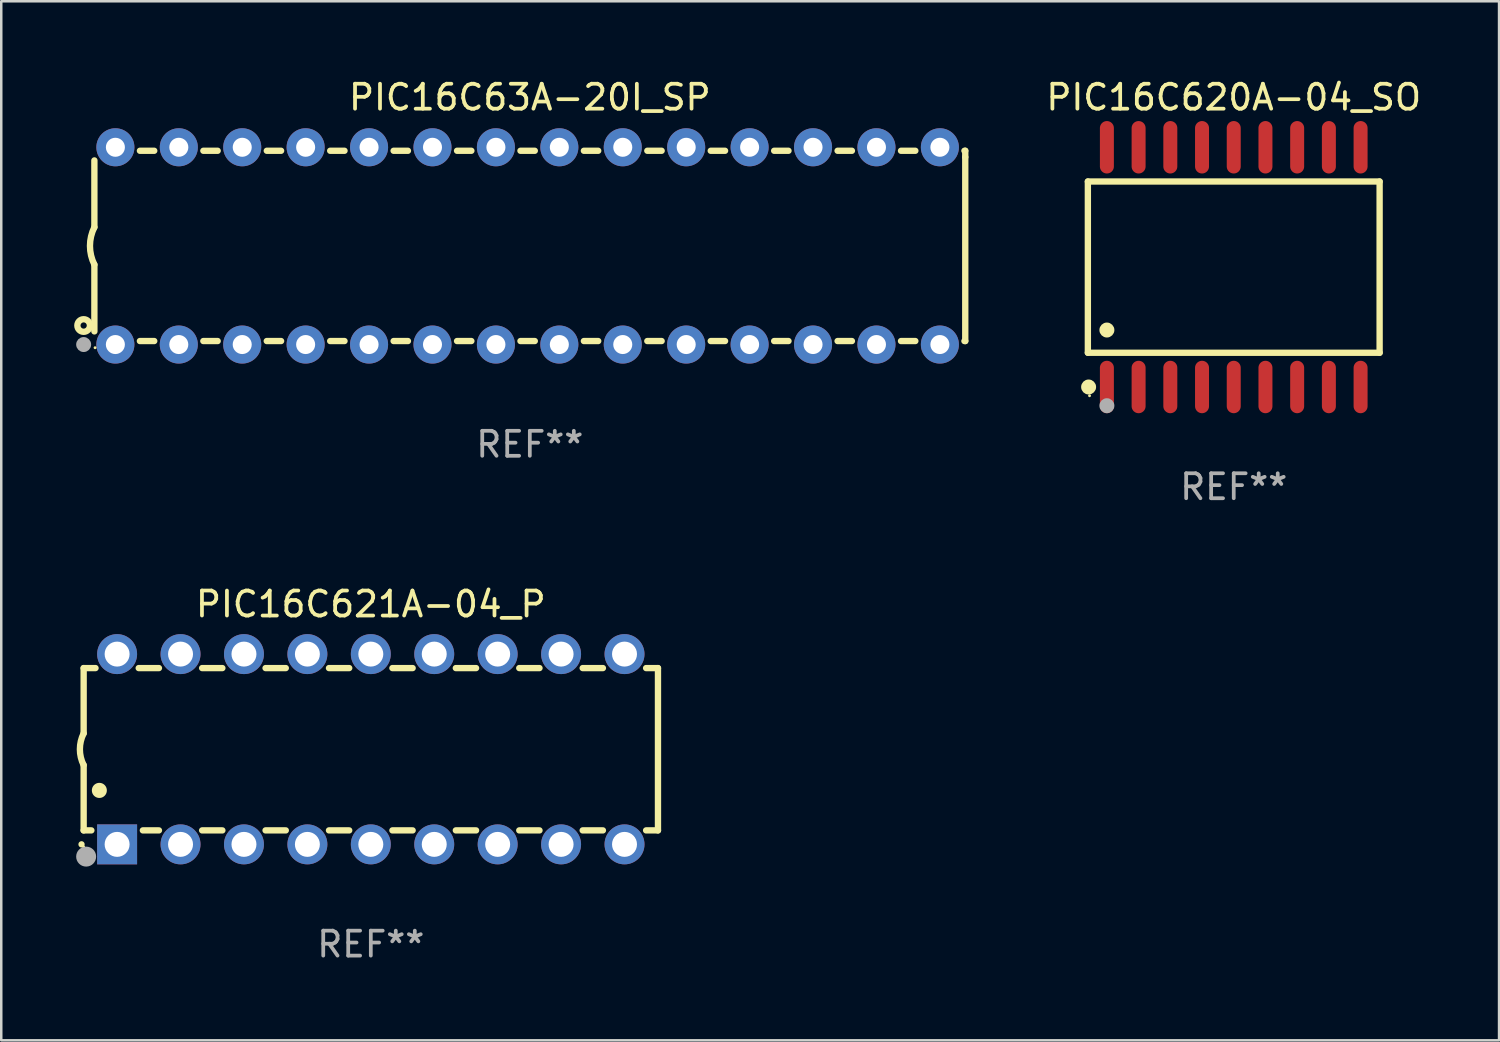
<source format=kicad_pcb>
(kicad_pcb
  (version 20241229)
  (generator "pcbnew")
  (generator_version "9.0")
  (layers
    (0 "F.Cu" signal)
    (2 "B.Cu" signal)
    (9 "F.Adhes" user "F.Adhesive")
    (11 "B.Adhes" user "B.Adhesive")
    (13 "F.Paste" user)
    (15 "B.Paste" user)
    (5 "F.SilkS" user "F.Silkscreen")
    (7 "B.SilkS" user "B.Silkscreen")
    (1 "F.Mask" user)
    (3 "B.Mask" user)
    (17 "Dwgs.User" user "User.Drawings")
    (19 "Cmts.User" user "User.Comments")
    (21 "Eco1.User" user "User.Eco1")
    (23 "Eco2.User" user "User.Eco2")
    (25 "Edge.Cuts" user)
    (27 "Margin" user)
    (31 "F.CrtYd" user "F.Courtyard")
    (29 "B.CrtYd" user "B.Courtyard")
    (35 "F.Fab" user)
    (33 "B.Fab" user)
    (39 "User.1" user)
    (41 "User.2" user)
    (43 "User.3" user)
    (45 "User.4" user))
  (footprint "PIC16C620A-04_SO"
    (layer "F.Cu")
    (at 46.358 7.648)
    (property "Reference" "PIC16C620A-04_SO" (at 0 -6.8 0) (layer "F.SilkS") (effects (font (size 1 1) (thickness 0.15))))
    (attr through_hole)
    (fp_line (start -5.842 -3.429) (end -5.842 3.429) (stroke (width 0.254) (type solid)) (layer "F.SilkS"))
    (fp_line (start -5.842 3.429) (end 5.842 3.429) (stroke (width 0.254) (type solid)) (layer "F.SilkS"))
    (fp_line (start 5.842 -3.429) (end -5.842 -3.429) (stroke (width 0.254) (type solid)) (layer "F.SilkS"))
    (fp_line (start 5.842 3.429) (end 5.842 -3.429) (stroke (width 0.254) (type solid)) (layer "F.SilkS"))
    (fp_circle (center -5.812 4.8) (end -5.662 4.8) (stroke (width 0.3) (type solid)) (fill no) (layer "F.SilkS"))
    (fp_circle (center -5.775 5.15) (end -5.745 5.15) (stroke (width 0.06) (type solid)) (fill no) (layer "F.SilkS"))
    (fp_circle (center -5.08 2.519) (end -4.93 2.519) (stroke (width 0.3) (type solid)) (fill no) (layer "F.SilkS"))
    (fp_circle (center -5.08 5.55) (end -4.93 5.55) (stroke (width 0.3) (type solid)) (fill no) (layer "F.Fab"))
    (fp_text user "REF**" (at 0 8.8 0) (layer "F.Fab") (effects (font (size 1 1) (thickness 0.15))))
    (pad "1" smd oval (at -5.08 4.8) (size 0.56 2.1) (layers "F.Cu" "F.Mask" "F.Paste"))
    (pad "2" smd oval (at -3.81 4.8) (size 0.56 2.1) (layers "F.Cu" "F.Mask" "F.Paste"))
    (pad "3" smd oval (at -2.54 4.8) (size 0.56 2.1) (layers "F.Cu" "F.Mask" "F.Paste"))
    (pad "4" smd oval (at -1.27 4.8) (size 0.56 2.1) (layers "F.Cu" "F.Mask" "F.Paste"))
    (pad "5" smd oval (at 0 4.8) (size 0.56 2.1) (layers "F.Cu" "F.Mask" "F.Paste"))
    (pad "6" smd oval (at 1.27 4.8) (size 0.56 2.1) (layers "F.Cu" "F.Mask" "F.Paste"))
    (pad "7" smd oval (at 2.54 4.8) (size 0.56 2.1) (layers "F.Cu" "F.Mask" "F.Paste"))
    (pad "8" smd oval (at 3.81 4.8) (size 0.56 2.1) (layers "F.Cu" "F.Mask" "F.Paste"))
    (pad "9" smd oval (at 5.08 4.8) (size 0.56 2.1) (layers "F.Cu" "F.Mask" "F.Paste"))
    (pad "10" smd oval (at 5.08 -4.8) (size 0.56 2.1) (layers "F.Cu" "F.Mask" "F.Paste"))
    (pad "11" smd oval (at 3.81 -4.8) (size 0.56 2.1) (layers "F.Cu" "F.Mask" "F.Paste"))
    (pad "12" smd oval (at 2.54 -4.8) (size 0.56 2.1) (layers "F.Cu" "F.Mask" "F.Paste"))
    (pad "13" smd oval (at 1.27 -4.8) (size 0.56 2.1) (layers "F.Cu" "F.Mask" "F.Paste"))
    (pad "14" smd oval (at 0 -4.8) (size 0.56 2.1) (layers "F.Cu" "F.Mask" "F.Paste"))
    (pad "15" smd oval (at -1.27 -4.8) (size 0.56 2.1) (layers "F.Cu" "F.Mask" "F.Paste"))
    (pad "16" smd oval (at -2.54 -4.8) (size 0.56 2.1) (layers "F.Cu" "F.Mask" "F.Paste"))
    (pad "17" smd oval (at -3.81 -4.8) (size 0.56 2.1) (layers "F.Cu" "F.Mask" "F.Paste"))
    (pad "18" smd oval (at -5.08 -4.8) (size 0.56 2.1) (layers "F.Cu" "F.Mask" "F.Paste")))
  (footprint "PIC16C63A-20I_SP"
    (layer "F.Cu")
    (at 18.168 6.798)
    (property "Reference" "PIC16C63A-20I_SP" (at 0 -5.95 0) (layer "F.SilkS") (effects (font (size 1 1) (thickness 0.15))))
    (attr through_hole)
    (fp_line (start -17.438 0.75) (end -17.438 3.423) (stroke (width 0.254) (type solid)) (layer "F.SilkS"))
    (fp_line (start -17.438 -3.423) (end -17.438 -0.75) (stroke (width 0.254) (type solid)) (layer "F.SilkS"))
    (fp_line (start -15.615 3.81) (end -15.041 3.81) (stroke (width 0.254) (type solid)) (layer "F.SilkS"))
    (fp_line (start -15.041 -3.81) (end -15.614 -3.81) (stroke (width 0.254) (type solid)) (layer "F.SilkS"))
    (fp_line (start -13.075 3.81) (end -12.501 3.81) (stroke (width 0.254) (type solid)) (layer "F.SilkS"))
    (fp_line (start -12.501 -3.81) (end -13.074 -3.81) (stroke (width 0.254) (type solid)) (layer "F.SilkS"))
    (fp_line (start -10.535 3.81) (end -9.961 3.81) (stroke (width 0.254) (type solid)) (layer "F.SilkS"))
    (fp_line (start -9.961 -3.81) (end -10.534 -3.81) (stroke (width 0.254) (type solid)) (layer "F.SilkS"))
    (fp_line (start -7.995 3.81) (end -7.421 3.81) (stroke (width 0.254) (type solid)) (layer "F.SilkS"))
    (fp_line (start -7.421 -3.81) (end -7.995 -3.81) (stroke (width 0.254) (type solid)) (layer "F.SilkS"))
    (fp_line (start -5.455 3.81) (end -4.881 3.81) (stroke (width 0.254) (type solid)) (layer "F.SilkS"))
    (fp_line (start -4.881 -3.81) (end -5.455 -3.81) (stroke (width 0.254) (type solid)) (layer "F.SilkS"))
    (fp_line (start -2.915 3.81) (end -2.341 3.81) (stroke (width 0.254) (type solid)) (layer "F.SilkS"))
    (fp_line (start -2.341 -3.81) (end -2.915 -3.81) (stroke (width 0.254) (type solid)) (layer "F.SilkS"))
    (fp_line (start -0.375 3.81) (end 0.199 3.81) (stroke (width 0.254) (type solid)) (layer "F.SilkS"))
    (fp_line (start 0.199 -3.81) (end -0.375 -3.81) (stroke (width 0.254) (type solid)) (layer "F.SilkS"))
    (fp_line (start 2.165 3.81) (end 2.739 3.81) (stroke (width 0.254) (type solid)) (layer "F.SilkS"))
    (fp_line (start 2.739 -3.81) (end 2.165 -3.81) (stroke (width 0.254) (type solid)) (layer "F.SilkS"))
    (fp_line (start 4.705 3.81) (end 5.279 3.81) (stroke (width 0.254) (type solid)) (layer "F.SilkS"))
    (fp_line (start 5.279 -3.81) (end 4.705 -3.81) (stroke (width 0.254) (type solid)) (layer "F.SilkS"))
    (fp_line (start 7.245 3.81) (end 7.819 3.81) (stroke (width 0.254) (type solid)) (layer "F.SilkS"))
    (fp_line (start 7.819 -3.81) (end 7.245 -3.81) (stroke (width 0.254) (type solid)) (layer "F.SilkS"))
    (fp_line (start 9.785 3.81) (end 10.359 3.81) (stroke (width 0.254) (type solid)) (layer "F.SilkS"))
    (fp_line (start 10.359 -3.81) (end 9.785 -3.81) (stroke (width 0.254) (type solid)) (layer "F.SilkS"))
    (fp_line (start 12.325 3.81) (end 12.899 3.81) (stroke (width 0.254) (type solid)) (layer "F.SilkS"))
    (fp_line (start 12.899 -3.81) (end 12.325 -3.81) (stroke (width 0.254) (type solid)) (layer "F.SilkS"))
    (fp_line (start 14.865 3.81) (end 15.439 3.81) (stroke (width 0.254) (type solid)) (layer "F.SilkS"))
    (fp_line (start 15.439 -3.81) (end 14.865 -3.81) (stroke (width 0.254) (type solid)) (layer "F.SilkS"))
    (fp_line (start 17.405 3.81) (end 17.438 3.81) (stroke (width 0.254) (type solid)) (layer "F.SilkS"))
    (fp_line (start 17.438 -3.81) (end 17.405 -3.81) (stroke (width 0.254) (type solid)) (layer "F.SilkS"))
    (fp_line (start 17.438 -3.556) (end 17.438 -3.81) (stroke (width 0.254) (type solid)) (layer "F.SilkS"))
    (fp_line (start 17.438 3.81) (end 17.438 -3.556) (stroke (width 0.254) (type solid)) (layer "F.SilkS"))
    (fp_arc (start -17.437986 0.749657) (mid -17.614887 -0.000024) (end -17.437783 -0.749657) (stroke (width 0.254001) (type solid)) (layer "F.SilkS"))
    (fp_circle (center -17.868 3.188) (end -17.743 3.188) (stroke (width 0.254) (type solid)) (fill no) (layer "F.SilkS"))
    (fp_circle (center -17.411 4.077) (end -17.381 4.077) (stroke (width 0.06) (type solid)) (fill no) (layer "F.SilkS"))
    (fp_circle (center -17.868 3.95) (end -17.718 3.95) (stroke (width 0.3) (type solid)) (fill no) (layer "F.Fab"))
    (fp_text user "REF**" (at 0 7.95 0) (layer "F.Fab") (effects (font (size 1 1) (thickness 0.15))))
    (pad "1" thru_hole circle (at -16.598 3.95) (size 1.524 1.524) (drill 0.762) (layers "*.Cu" "*.Mask"))
    (pad "2" thru_hole circle (at -14.058 3.95) (size 1.524 1.524) (drill 0.762) (layers "*.Cu" "*.Mask"))
    (pad "3" thru_hole circle (at -11.518 3.95) (size 1.524 1.524) (drill 0.762) (layers "*.Cu" "*.Mask"))
    (pad "4" thru_hole circle (at -8.978 3.95) (size 1.524 1.524) (drill 0.762) (layers "*.Cu" "*.Mask"))
    (pad "5" thru_hole circle (at -6.438 3.95) (size 1.524 1.524) (drill 0.762) (layers "*.Cu" "*.Mask"))
    (pad "6" thru_hole circle (at -3.898 3.95) (size 1.524 1.524) (drill 0.762) (layers "*.Cu" "*.Mask"))
    (pad "7" thru_hole circle (at -1.358 3.95) (size 1.524 1.524) (drill 0.762) (layers "*.Cu" "*.Mask"))
    (pad "8" thru_hole circle (at 1.182 3.95) (size 1.524 1.524) (drill 0.762) (layers "*.Cu" "*.Mask"))
    (pad "9" thru_hole circle (at 3.722 3.95) (size 1.524 1.524) (drill 0.762) (layers "*.Cu" "*.Mask"))
    (pad "10" thru_hole circle (at 6.262 3.95) (size 1.524 1.524) (drill 0.762) (layers "*.Cu" "*.Mask"))
    (pad "11" thru_hole circle (at 8.802 3.95) (size 1.524 1.524) (drill 0.762) (layers "*.Cu" "*.Mask"))
    (pad "12" thru_hole circle (at 11.342 3.95) (size 1.524 1.524) (drill 0.762) (layers "*.Cu" "*.Mask"))
    (pad "13" thru_hole circle (at 13.882 3.95) (size 1.524 1.524) (drill 0.762) (layers "*.Cu" "*.Mask"))
    (pad "14" thru_hole circle (at 16.422 3.95) (size 1.524 1.524) (drill 0.762) (layers "*.Cu" "*.Mask"))
    (pad "15" thru_hole circle (at 16.422 -3.95) (size 1.524 1.524) (drill 0.762) (layers "*.Cu" "*.Mask"))
    (pad "16" thru_hole circle (at 13.882 -3.95) (size 1.524 1.524) (drill 0.762) (layers "*.Cu" "*.Mask"))
    (pad "17" thru_hole circle (at 11.342 -3.95) (size 1.524 1.524) (drill 0.762) (layers "*.Cu" "*.Mask"))
    (pad "18" thru_hole circle (at 8.802 -3.95) (size 1.524 1.524) (drill 0.762) (layers "*.Cu" "*.Mask"))
    (pad "19" thru_hole circle (at 6.262 -3.95) (size 1.524 1.524) (drill 0.762) (layers "*.Cu" "*.Mask"))
    (pad "20" thru_hole circle (at 3.722 -3.95) (size 1.524 1.524) (drill 0.762) (layers "*.Cu" "*.Mask"))
    (pad "21" thru_hole circle (at 1.182 -3.95) (size 1.524 1.524) (drill 0.762) (layers "*.Cu" "*.Mask"))
    (pad "22" thru_hole circle (at -1.358 -3.95) (size 1.524 1.524) (drill 0.762) (layers "*.Cu" "*.Mask"))
    (pad "23" thru_hole circle (at -3.898 -3.95) (size 1.524 1.524) (drill 0.762) (layers "*.Cu" "*.Mask"))
    (pad "24" thru_hole circle (at -6.438 -3.95) (size 1.524 1.524) (drill 0.762) (layers "*.Cu" "*.Mask"))
    (pad "25" thru_hole circle (at -8.978 -3.95) (size 1.524 1.524) (drill 0.762) (layers "*.Cu" "*.Mask"))
    (pad "26" thru_hole circle (at -11.517 -3.95) (size 1.524 1.524) (drill 0.762) (layers "*.Cu" "*.Mask"))
    (pad "27" thru_hole circle (at -14.057 -3.95) (size 1.524 1.524) (drill 0.762) (layers "*.Cu" "*.Mask"))
    (pad "28" thru_hole circle (at -16.597 -3.95) (size 1.524 1.524) (drill 0.762) (layers "*.Cu" "*.Mask")))
  (footprint "PIC16C621A-04_P"
    (layer "F.Cu")
    (at 11.8 26.955)
    (property "Reference" "PIC16C621A-04_P" (at 0 -5.81 0) (layer "F.SilkS") (effects (font (size 1 1) (thickness 0.15))))
    (attr through_hole)
    (fp_line (start -11.5 -3.25) (end -11.5 -0.635) (stroke (width 0.254) (type solid)) (layer "F.SilkS"))
    (fp_line (start -11.5 3.25) (end -11.5 0.635) (stroke (width 0.254) (type solid)) (layer "F.SilkS"))
    (fp_line (start -11.5 3.25) (end -11.191 3.25) (stroke (width 0.254) (type solid)) (layer "F.SilkS"))
    (fp_line (start -11.025 -3.25) (end -11.5 -3.25) (stroke (width 0.254) (type solid)) (layer "F.SilkS"))
    (fp_line (start -9.129 3.25) (end -8.485 3.25) (stroke (width 0.254) (type solid)) (layer "F.SilkS"))
    (fp_line (start -8.485 -3.25) (end -9.295 -3.25) (stroke (width 0.254) (type solid)) (layer "F.SilkS"))
    (fp_line (start -6.755 3.25) (end -5.945 3.25) (stroke (width 0.254) (type solid)) (layer "F.SilkS"))
    (fp_line (start -5.945 -3.25) (end -6.755 -3.25) (stroke (width 0.254) (type solid)) (layer "F.SilkS"))
    (fp_line (start -4.215 3.25) (end -3.405 3.25) (stroke (width 0.254) (type solid)) (layer "F.SilkS"))
    (fp_line (start -3.405 -3.25) (end -4.215 -3.25) (stroke (width 0.254) (type solid)) (layer "F.SilkS"))
    (fp_line (start -1.675 3.25) (end -0.865 3.25) (stroke (width 0.254) (type solid)) (layer "F.SilkS"))
    (fp_line (start -0.865 -3.25) (end -1.675 -3.25) (stroke (width 0.254) (type solid)) (layer "F.SilkS"))
    (fp_line (start 0.865 3.25) (end 1.675 3.25) (stroke (width 0.254) (type solid)) (layer "F.SilkS"))
    (fp_line (start 1.675 -3.25) (end 0.865 -3.25) (stroke (width 0.254) (type solid)) (layer "F.SilkS"))
    (fp_line (start 3.405 3.25) (end 4.215 3.25) (stroke (width 0.254) (type solid)) (layer "F.SilkS"))
    (fp_line (start 4.215 -3.25) (end 3.405 -3.25) (stroke (width 0.254) (type solid)) (layer "F.SilkS"))
    (fp_line (start 5.945 3.25) (end 6.755 3.25) (stroke (width 0.254) (type solid)) (layer "F.SilkS"))
    (fp_line (start 6.755 -3.25) (end 5.945 -3.25) (stroke (width 0.254) (type solid)) (layer "F.SilkS"))
    (fp_line (start 8.485 3.25) (end 9.295 3.25) (stroke (width 0.254) (type solid)) (layer "F.SilkS"))
    (fp_line (start 9.295 -3.25) (end 8.485 -3.25) (stroke (width 0.254) (type solid)) (layer "F.SilkS"))
    (fp_line (start 11.025 3.25) (end 11.5 3.25) (stroke (width 0.254) (type solid)) (layer "F.SilkS"))
    (fp_line (start 11.5 -3.25) (end 11.025 -3.25) (stroke (width 0.254) (type solid)) (layer "F.SilkS"))
    (fp_line (start 11.5 -3.25) (end 11.5 3.25) (stroke (width 0.254) (type solid)) (layer "F.SilkS"))
    (fp_arc (start -11.584963 3.810008) (mid -11.58497 3.808738) (end -11.584963 3.807468) (stroke (width 0.25) (type solid)) (layer "F.SilkS"))
    (fp_arc (start -11.501143 0.635001) (mid -11.650665 -0.000132) (end -11.500025 -0.635001) (stroke (width 0.254001) (type solid)) (layer "F.SilkS"))
    (fp_arc (start -10.871222 1.651003) (mid -10.871233 1.648463) (end -10.871222 1.645923) (stroke (width 0.6) (type solid)) (layer "F.SilkS"))
    (fp_circle (center -11.5 3.91) (end -11.47 3.91) (stroke (width 0.06) (type solid)) (fill no) (layer "F.SilkS"))
    (fp_circle (center -11.4 4.3) (end -11.2 4.3) (stroke (width 0.4) (type solid)) (fill no) (layer "F.Fab"))
    (fp_text user "REF**" (at 0 7.81 0) (layer "F.Fab") (effects (font (size 1 1) (thickness 0.15))))
    (pad "1" thru_hole rect (at -10.16 3.81 90) (size 1.6 1.6) (drill 1) (layers "*.Cu" "*.Mask"))
    (pad "2" thru_hole circle (at -7.62 3.81 90) (size 1.6 1.6) (drill 1) (layers "*.Cu" "*.Mask"))
    (pad "3" thru_hole circle (at -5.08 3.81 90) (size 1.6 1.6) (drill 1) (layers "*.Cu" "*.Mask"))
    (pad "4" thru_hole circle (at -2.54 3.81 90) (size 1.6 1.6) (drill 1) (layers "*.Cu" "*.Mask"))
    (pad "5" thru_hole circle (at 0 3.81 90) (size 1.6 1.6) (drill 1) (layers "*.Cu" "*.Mask"))
    (pad "6" thru_hole circle (at 2.54 3.81 90) (size 1.6 1.6) (drill 1) (layers "*.Cu" "*.Mask"))
    (pad "7" thru_hole circle (at 5.08 3.81 90) (size 1.6 1.6) (drill 1) (layers "*.Cu" "*.Mask"))
    (pad "8" thru_hole circle (at 7.62 3.81 90) (size 1.6 1.6) (drill 1) (layers "*.Cu" "*.Mask"))
    (pad "9" thru_hole circle (at 10.16 3.81 90) (size 1.6 1.6) (drill 1) (layers "*.Cu" "*.Mask"))
    (pad "10" thru_hole circle (at 10.16 -3.81 90) (size 1.6 1.6) (drill 1) (layers "*.Cu" "*.Mask"))
    (pad "11" thru_hole circle (at 7.62 -3.81 90) (size 1.6 1.6) (drill 1) (layers "*.Cu" "*.Mask"))
    (pad "12" thru_hole circle (at 5.08 -3.81 90) (size 1.6 1.6) (drill 1) (layers "*.Cu" "*.Mask"))
    (pad "13" thru_hole circle (at 2.54 -3.81 90) (size 1.6 1.6) (drill 1) (layers "*.Cu" "*.Mask"))
    (pad "14" thru_hole circle (at 0 -3.81 90) (size 1.6 1.6) (drill 1) (layers "*.Cu" "*.Mask"))
    (pad "15" thru_hole circle (at -2.54 -3.81 90) (size 1.6 1.6) (drill 1) (layers "*.Cu" "*.Mask"))
    (pad "16" thru_hole circle (at -5.08 -3.81 90) (size 1.6 1.6) (drill 1) (layers "*.Cu" "*.Mask"))
    (pad "17" thru_hole circle (at -7.62 -3.81 90) (size 1.6 1.6) (drill 1) (layers "*.Cu" "*.Mask"))
    (pad "18" thru_hole circle (at -10.16 -3.81 90) (size 1.6 1.6) (drill 1) (layers "*.Cu" "*.Mask")))
  (gr_rect
    (start -3 -3)
    (end 56.983 38.613)
    (stroke (width 0.1) (type default))
    (fill no)
    (layer "Edge.Cuts")))
</source>
